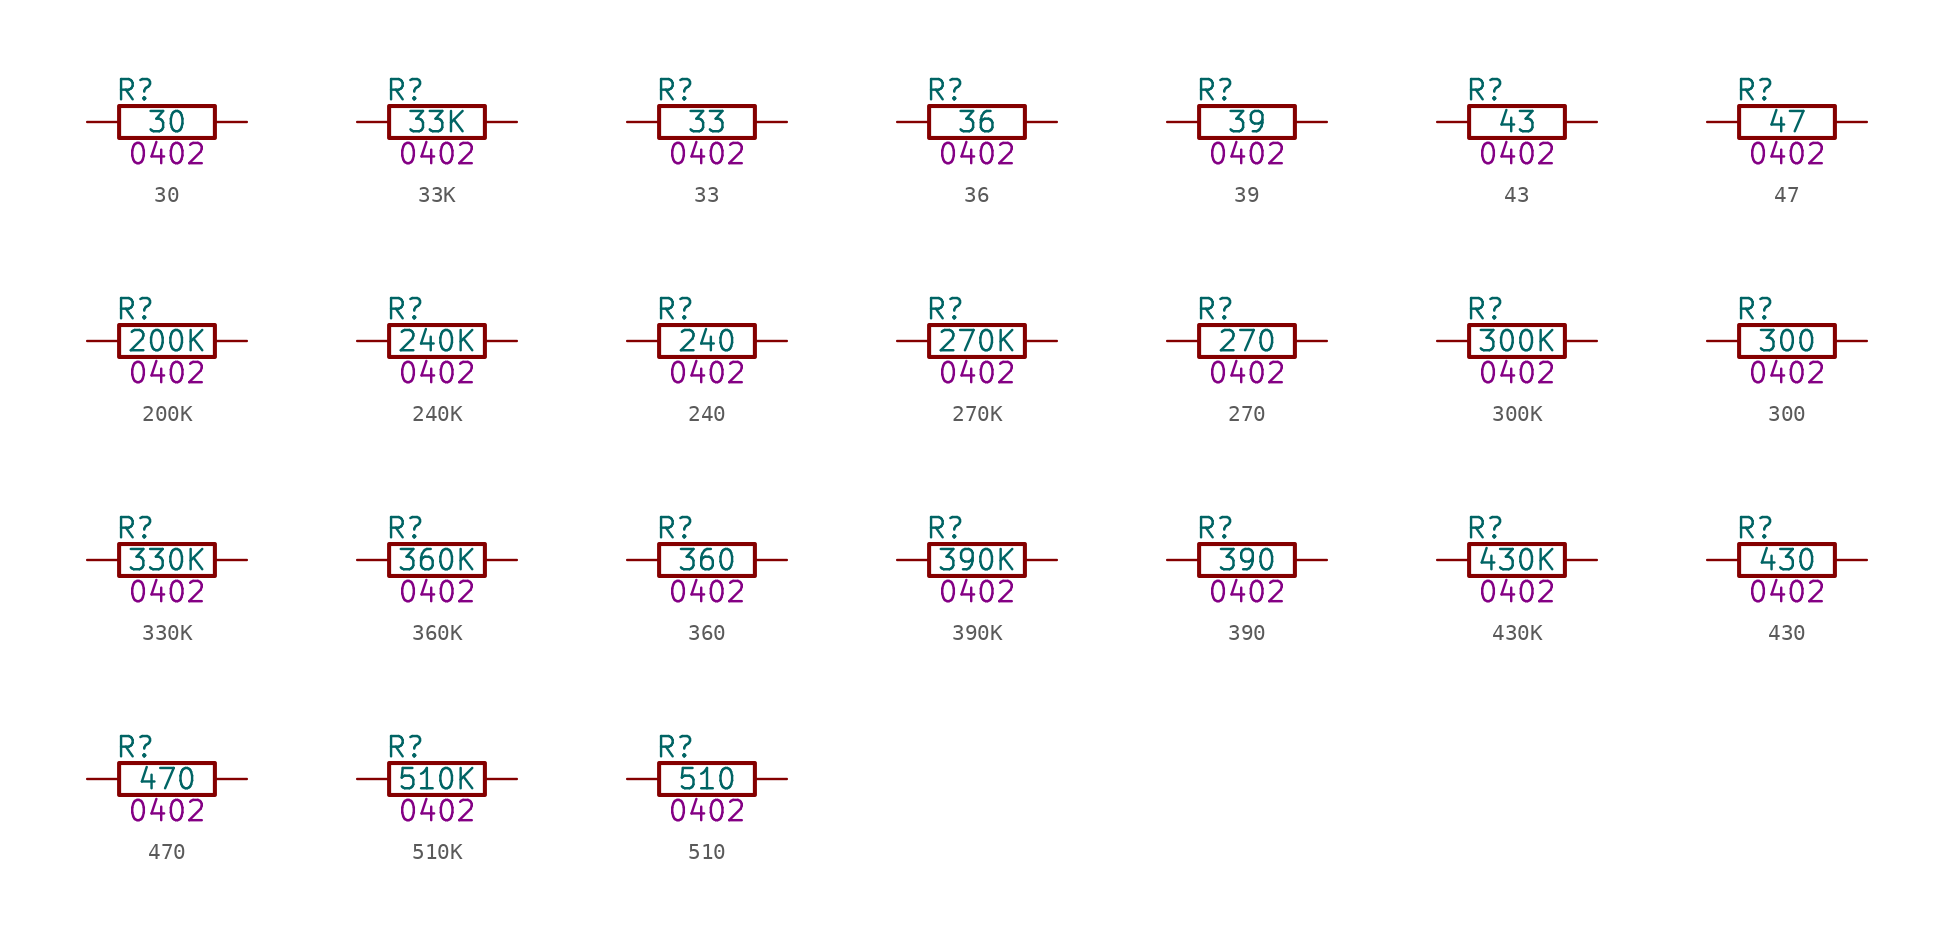
<source format=kicad_sym>
(kicad_symbol_lib
  (version 20211014)
  (generator kicad_symbol_editor)
  (symbol "30"
    (pin_numbers hide)
    (pin_names hide)
    (property "Reference" "R"
      (at -2 1 0)
      (effects (font (size 1.27 1.27))))
    (property "Value" "30"
      (at 0 -1 0)
      (effects (font (size 1.27 1.27))))
    (property "Size" "0402"
      (at 0 -3 0)
      (effects (font (size 1.27 1.27))))
    (symbol "30_0_1"
      (rectangle (start -3 0) (end 3 -2) (stroke (width 0.254) (type default) (color 0 0 0 0)) (fill (type none))))
    (symbol "30_1_1"
      (pin passive line (at -5 -1 0) (length 2) (name "~" (effects (font (size 1.27 1.27)))) (number "1" (effects (font (size 1.27 1.27)))))
      (pin passive line (at 5 -1 180) (length 2) (name "~" (effects (font (size 1.27 1.27)))) (number "2" (effects (font (size 1.27 1.27)))))))
  (symbol "33K"
    (pin_numbers hide)
    (pin_names hide)
    (property "Reference" "R"
      (at -2 1 0)
      (effects (font (size 1.27 1.27))))
    (property "Value" "33K"
      (at 0 -1 0)
      (effects (font (size 1.27 1.27))))
    (property "Size" "0402"
      (at 0 -3 0)
      (effects (font (size 1.27 1.27))))
    (symbol "33K_0_1"
      (rectangle (start -3 0) (end 3 -2) (stroke (width 0.254) (type default) (color 0 0 0 0)) (fill (type none))))
    (symbol "33K_1_1"
      (pin passive line (at -5 -1 0) (length 2) (name "~" (effects (font (size 1.27 1.27)))) (number "1" (effects (font (size 1.27 1.27)))))
      (pin passive line (at 5 -1 180) (length 2) (name "~" (effects (font (size 1.27 1.27)))) (number "2" (effects (font (size 1.27 1.27)))))))
  (symbol "33"
    (pin_numbers hide)
    (pin_names hide)
    (property "Reference" "R"
      (at -2 1 0)
      (effects (font (size 1.27 1.27))))
    (property "Value" "33"
      (at 0 -1 0)
      (effects (font (size 1.27 1.27))))
    (property "Size" "0402"
      (at 0 -3 0)
      (effects (font (size 1.27 1.27))))
    (symbol "33_0_1"
      (rectangle (start -3 0) (end 3 -2) (stroke (width 0.254) (type default) (color 0 0 0 0)) (fill (type none))))
    (symbol "33_1_1"
      (pin passive line (at -5 -1 0) (length 2) (name "~" (effects (font (size 1.27 1.27)))) (number "1" (effects (font (size 1.27 1.27)))))
      (pin passive line (at 5 -1 180) (length 2) (name "~" (effects (font (size 1.27 1.27)))) (number "2" (effects (font (size 1.27 1.27)))))))
  (symbol "36"
    (pin_numbers hide)
    (pin_names hide)
    (property "Reference" "R"
      (at -2 1 0)
      (effects (font (size 1.27 1.27))))
    (property "Value" "36"
      (at 0 -1 0)
      (effects (font (size 1.27 1.27))))
    (property "Size" "0402"
      (at 0 -3 0)
      (effects (font (size 1.27 1.27))))
    (symbol "36_0_1"
      (rectangle (start -3 0) (end 3 -2) (stroke (width 0.254) (type default) (color 0 0 0 0)) (fill (type none))))
    (symbol "36_1_1"
      (pin passive line (at -5 -1 0) (length 2) (name "~" (effects (font (size 1.27 1.27)))) (number "1" (effects (font (size 1.27 1.27)))))
      (pin passive line (at 5 -1 180) (length 2) (name "~" (effects (font (size 1.27 1.27)))) (number "2" (effects (font (size 1.27 1.27)))))))
  (symbol "39"
    (pin_numbers hide)
    (pin_names hide)
    (property "Reference" "R"
      (at -2 1 0)
      (effects (font (size 1.27 1.27))))
    (property "Value" "39"
      (at 0 -1 0)
      (effects (font (size 1.27 1.27))))
    (property "Size" "0402"
      (at 0 -3 0)
      (effects (font (size 1.27 1.27))))
    (symbol "39_0_1"
      (rectangle (start -3 0) (end 3 -2) (stroke (width 0.254) (type default) (color 0 0 0 0)) (fill (type none))))
    (symbol "39_1_1"
      (pin passive line (at -5 -1 0) (length 2) (name "~" (effects (font (size 1.27 1.27)))) (number "1" (effects (font (size 1.27 1.27)))))
      (pin passive line (at 5 -1 180) (length 2) (name "~" (effects (font (size 1.27 1.27)))) (number "2" (effects (font (size 1.27 1.27)))))))
  (symbol "43"
    (pin_numbers hide)
    (pin_names hide)
    (property "Reference" "R"
      (at -2 1 0)
      (effects (font (size 1.27 1.27))))
    (property "Value" "43"
      (at 0 -1 0)
      (effects (font (size 1.27 1.27))))
    (property "Size" "0402"
      (at 0 -3 0)
      (effects (font (size 1.27 1.27))))
    (symbol "43_0_1"
      (rectangle (start -3 0) (end 3 -2) (stroke (width 0.254) (type default) (color 0 0 0 0)) (fill (type none))))
    (symbol "43_1_1"
      (pin passive line (at -5 -1 0) (length 2) (name "~" (effects (font (size 1.27 1.27)))) (number "1" (effects (font (size 1.27 1.27)))))
      (pin passive line (at 5 -1 180) (length 2) (name "~" (effects (font (size 1.27 1.27)))) (number "2" (effects (font (size 1.27 1.27)))))))
  (symbol "47"
    (pin_numbers hide)
    (pin_names hide)
    (property "Reference" "R"
      (at -2 1 0)
      (effects (font (size 1.27 1.27))))
    (property "Value" "47"
      (at 0 -1 0)
      (effects (font (size 1.27 1.27))))
    (property "Size" "0402"
      (at 0 -3 0)
      (effects (font (size 1.27 1.27))))
    (symbol "47_0_1"
      (rectangle (start -3 0) (end 3 -2) (stroke (width 0.254) (type default) (color 0 0 0 0)) (fill (type none))))
    (symbol "47_1_1"
      (pin passive line (at -5 -1 0) (length 2) (name "~" (effects (font (size 1.27 1.27)))) (number "1" (effects (font (size 1.27 1.27)))))
      (pin passive line (at 5 -1 180) (length 2) (name "~" (effects (font (size 1.27 1.27)))) (number "2" (effects (font (size 1.27 1.27)))))))
  (symbol "200K"
    (pin_numbers hide)
    (pin_names hide)
    (property "Reference" "R"
      (at -2 1 0)
      (effects (font (size 1.27 1.27))))
    (property "Value" "200K"
      (at 0 -1 0)
      (effects (font (size 1.27 1.27))))
    (property "Size" "0402"
      (at 0 -3 0)
      (effects (font (size 1.27 1.27))))
    (symbol "200K_0_1"
      (rectangle (start -3 0) (end 3 -2) (stroke (width 0.254) (type default) (color 0 0 0 0)) (fill (type none))))
    (symbol "200K_1_1"
      (pin passive line (at -5 -1 0) (length 2) (name "~" (effects (font (size 1.27 1.27)))) (number "1" (effects (font (size 1.27 1.27)))))
      (pin passive line (at 5 -1 180) (length 2) (name "~" (effects (font (size 1.27 1.27)))) (number "2" (effects (font (size 1.27 1.27)))))))
  (symbol "240K"
    (pin_numbers hide)
    (pin_names hide)
    (property "Reference" "R"
      (at -2 1 0)
      (effects (font (size 1.27 1.27))))
    (property "Value" "240K"
      (at 0 -1 0)
      (effects (font (size 1.27 1.27))))
    (property "Size" "0402"
      (at 0 -3 0)
      (effects (font (size 1.27 1.27))))
    (symbol "240K_0_1"
      (rectangle (start -3 0) (end 3 -2) (stroke (width 0.254) (type default) (color 0 0 0 0)) (fill (type none))))
    (symbol "240K_1_1"
      (pin passive line (at -5 -1 0) (length 2) (name "~" (effects (font (size 1.27 1.27)))) (number "1" (effects (font (size 1.27 1.27)))))
      (pin passive line (at 5 -1 180) (length 2) (name "~" (effects (font (size 1.27 1.27)))) (number "2" (effects (font (size 1.27 1.27)))))))
  (symbol "240"
    (pin_numbers hide)
    (pin_names hide)
    (property "Reference" "R"
      (at -2 1 0)
      (effects (font (size 1.27 1.27))))
    (property "Value" "240"
      (at 0 -1 0)
      (effects (font (size 1.27 1.27))))
    (property "Size" "0402"
      (at 0 -3 0)
      (effects (font (size 1.27 1.27))))
    (symbol "240_0_1"
      (rectangle (start -3 0) (end 3 -2) (stroke (width 0.254) (type default) (color 0 0 0 0)) (fill (type none))))
    (symbol "240_1_1"
      (pin passive line (at -5 -1 0) (length 2) (name "~" (effects (font (size 1.27 1.27)))) (number "1" (effects (font (size 1.27 1.27)))))
      (pin passive line (at 5 -1 180) (length 2) (name "~" (effects (font (size 1.27 1.27)))) (number "2" (effects (font (size 1.27 1.27)))))))
  (symbol "270K"
    (pin_numbers hide)
    (pin_names hide)
    (property "Reference" "R"
      (at -2 1 0)
      (effects (font (size 1.27 1.27))))
    (property "Value" "270K"
      (at 0 -1 0)
      (effects (font (size 1.27 1.27))))
    (property "Size" "0402"
      (at 0 -3 0)
      (effects (font (size 1.27 1.27))))
    (symbol "270K_0_1"
      (rectangle (start -3 0) (end 3 -2) (stroke (width 0.254) (type default) (color 0 0 0 0)) (fill (type none))))
    (symbol "270K_1_1"
      (pin passive line (at -5 -1 0) (length 2) (name "~" (effects (font (size 1.27 1.27)))) (number "1" (effects (font (size 1.27 1.27)))))
      (pin passive line (at 5 -1 180) (length 2) (name "~" (effects (font (size 1.27 1.27)))) (number "2" (effects (font (size 1.27 1.27)))))))
  (symbol "270"
    (pin_numbers hide)
    (pin_names hide)
    (property "Reference" "R"
      (at -2 1 0)
      (effects (font (size 1.27 1.27))))
    (property "Value" "270"
      (at 0 -1 0)
      (effects (font (size 1.27 1.27))))
    (property "Size" "0402"
      (at 0 -3 0)
      (effects (font (size 1.27 1.27))))
    (symbol "270_0_1"
      (rectangle (start -3 0) (end 3 -2) (stroke (width 0.254) (type default) (color 0 0 0 0)) (fill (type none))))
    (symbol "270_1_1"
      (pin passive line (at -5 -1 0) (length 2) (name "~" (effects (font (size 1.27 1.27)))) (number "1" (effects (font (size 1.27 1.27)))))
      (pin passive line (at 5 -1 180) (length 2) (name "~" (effects (font (size 1.27 1.27)))) (number "2" (effects (font (size 1.27 1.27)))))))
  (symbol "300K"
    (pin_numbers hide)
    (pin_names hide)
    (property "Reference" "R"
      (at -2 1 0)
      (effects (font (size 1.27 1.27))))
    (property "Value" "300K"
      (at 0 -1 0)
      (effects (font (size 1.27 1.27))))
    (property "Size" "0402"
      (at 0 -3 0)
      (effects (font (size 1.27 1.27))))
    (symbol "300K_0_1"
      (rectangle (start -3 0) (end 3 -2) (stroke (width 0.254) (type default) (color 0 0 0 0)) (fill (type none))))
    (symbol "300K_1_1"
      (pin passive line (at -5 -1 0) (length 2) (name "~" (effects (font (size 1.27 1.27)))) (number "1" (effects (font (size 1.27 1.27)))))
      (pin passive line (at 5 -1 180) (length 2) (name "~" (effects (font (size 1.27 1.27)))) (number "2" (effects (font (size 1.27 1.27)))))))
  (symbol "300"
    (pin_numbers hide)
    (pin_names hide)
    (property "Reference" "R"
      (at -2 1 0)
      (effects (font (size 1.27 1.27))))
    (property "Value" "300"
      (at 0 -1 0)
      (effects (font (size 1.27 1.27))))
    (property "Size" "0402"
      (at 0 -3 0)
      (effects (font (size 1.27 1.27))))
    (symbol "300_0_1"
      (rectangle (start -3 0) (end 3 -2) (stroke (width 0.254) (type default) (color 0 0 0 0)) (fill (type none))))
    (symbol "300_1_1"
      (pin passive line (at -5 -1 0) (length 2) (name "~" (effects (font (size 1.27 1.27)))) (number "1" (effects (font (size 1.27 1.27)))))
      (pin passive line (at 5 -1 180) (length 2) (name "~" (effects (font (size 1.27 1.27)))) (number "2" (effects (font (size 1.27 1.27)))))))
  (symbol "330K"
    (pin_numbers hide)
    (pin_names hide)
    (property "Reference" "R"
      (at -2 1 0)
      (effects (font (size 1.27 1.27))))
    (property "Value" "330K"
      (at 0 -1 0)
      (effects (font (size 1.27 1.27))))
    (property "Size" "0402"
      (at 0 -3 0)
      (effects (font (size 1.27 1.27))))
    (symbol "330K_0_1"
      (rectangle (start -3 0) (end 3 -2) (stroke (width 0.254) (type default) (color 0 0 0 0)) (fill (type none))))
    (symbol "330K_1_1"
      (pin passive line (at -5 -1 0) (length 2) (name "~" (effects (font (size 1.27 1.27)))) (number "1" (effects (font (size 1.27 1.27)))))
      (pin passive line (at 5 -1 180) (length 2) (name "~" (effects (font (size 1.27 1.27)))) (number "2" (effects (font (size 1.27 1.27)))))))
  (symbol "360K"
    (pin_numbers hide)
    (pin_names hide)
    (property "Reference" "R"
      (at -2 1 0)
      (effects (font (size 1.27 1.27))))
    (property "Value" "360K"
      (at 0 -1 0)
      (effects (font (size 1.27 1.27))))
    (property "Size" "0402"
      (at 0 -3 0)
      (effects (font (size 1.27 1.27))))
    (symbol "360K_0_1"
      (rectangle (start -3 0) (end 3 -2) (stroke (width 0.254) (type default) (color 0 0 0 0)) (fill (type none))))
    (symbol "360K_1_1"
      (pin passive line (at -5 -1 0) (length 2) (name "~" (effects (font (size 1.27 1.27)))) (number "1" (effects (font (size 1.27 1.27)))))
      (pin passive line (at 5 -1 180) (length 2) (name "~" (effects (font (size 1.27 1.27)))) (number "2" (effects (font (size 1.27 1.27)))))))
  (symbol "360"
    (pin_numbers hide)
    (pin_names hide)
    (property "Reference" "R"
      (at -2 1 0)
      (effects (font (size 1.27 1.27))))
    (property "Value" "360"
      (at 0 -1 0)
      (effects (font (size 1.27 1.27))))
    (property "Size" "0402"
      (at 0 -3 0)
      (effects (font (size 1.27 1.27))))
    (symbol "360_0_1"
      (rectangle (start -3 0) (end 3 -2) (stroke (width 0.254) (type default) (color 0 0 0 0)) (fill (type none))))
    (symbol "360_1_1"
      (pin passive line (at -5 -1 0) (length 2) (name "~" (effects (font (size 1.27 1.27)))) (number "1" (effects (font (size 1.27 1.27)))))
      (pin passive line (at 5 -1 180) (length 2) (name "~" (effects (font (size 1.27 1.27)))) (number "2" (effects (font (size 1.27 1.27)))))))
  (symbol "390K"
    (pin_numbers hide)
    (pin_names hide)
    (property "Reference" "R"
      (at -2 1 0)
      (effects (font (size 1.27 1.27))))
    (property "Value" "390K"
      (at 0 -1 0)
      (effects (font (size 1.27 1.27))))
    (property "Size" "0402"
      (at 0 -3 0)
      (effects (font (size 1.27 1.27))))
    (symbol "390K_0_1"
      (rectangle (start -3 0) (end 3 -2) (stroke (width 0.254) (type default) (color 0 0 0 0)) (fill (type none))))
    (symbol "390K_1_1"
      (pin passive line (at -5 -1 0) (length 2) (name "~" (effects (font (size 1.27 1.27)))) (number "1" (effects (font (size 1.27 1.27)))))
      (pin passive line (at 5 -1 180) (length 2) (name "~" (effects (font (size 1.27 1.27)))) (number "2" (effects (font (size 1.27 1.27)))))))
  (symbol "390"
    (pin_numbers hide)
    (pin_names hide)
    (property "Reference" "R"
      (at -2 1 0)
      (effects (font (size 1.27 1.27))))
    (property "Value" "390"
      (at 0 -1 0)
      (effects (font (size 1.27 1.27))))
    (property "Size" "0402"
      (at 0 -3 0)
      (effects (font (size 1.27 1.27))))
    (symbol "390_0_1"
      (rectangle (start -3 0) (end 3 -2) (stroke (width 0.254) (type default) (color 0 0 0 0)) (fill (type none))))
    (symbol "390_1_1"
      (pin passive line (at -5 -1 0) (length 2) (name "~" (effects (font (size 1.27 1.27)))) (number "1" (effects (font (size 1.27 1.27)))))
      (pin passive line (at 5 -1 180) (length 2) (name "~" (effects (font (size 1.27 1.27)))) (number "2" (effects (font (size 1.27 1.27)))))))
  (symbol "430K"
    (pin_numbers hide)
    (pin_names hide)
    (property "Reference" "R"
      (at -2 1 0)
      (effects (font (size 1.27 1.27))))
    (property "Value" "430K"
      (at 0 -1 0)
      (effects (font (size 1.27 1.27))))
    (property "Size" "0402"
      (at 0 -3 0)
      (effects (font (size 1.27 1.27))))
    (symbol "430K_0_1"
      (rectangle (start -3 0) (end 3 -2) (stroke (width 0.254) (type default) (color 0 0 0 0)) (fill (type none))))
    (symbol "430K_1_1"
      (pin passive line (at -5 -1 0) (length 2) (name "~" (effects (font (size 1.27 1.27)))) (number "1" (effects (font (size 1.27 1.27)))))
      (pin passive line (at 5 -1 180) (length 2) (name "~" (effects (font (size 1.27 1.27)))) (number "2" (effects (font (size 1.27 1.27)))))))
  (symbol "430"
    (pin_numbers hide)
    (pin_names hide)
    (property "Reference" "R"
      (at -2 1 0)
      (effects (font (size 1.27 1.27))))
    (property "Value" "430"
      (at 0 -1 0)
      (effects (font (size 1.27 1.27))))
    (property "Size" "0402"
      (at 0 -3 0)
      (effects (font (size 1.27 1.27))))
    (symbol "430_0_1"
      (rectangle (start -3 0) (end 3 -2) (stroke (width 0.254) (type default) (color 0 0 0 0)) (fill (type none))))
    (symbol "430_1_1"
      (pin passive line (at -5 -1 0) (length 2) (name "~" (effects (font (size 1.27 1.27)))) (number "1" (effects (font (size 1.27 1.27)))))
      (pin passive line (at 5 -1 180) (length 2) (name "~" (effects (font (size 1.27 1.27)))) (number "2" (effects (font (size 1.27 1.27)))))))
  (symbol "470"
    (pin_numbers hide)
    (pin_names hide)
    (property "Reference" "R"
      (at -2 1 0)
      (effects (font (size 1.27 1.27))))
    (property "Value" "470"
      (at 0 -1 0)
      (effects (font (size 1.27 1.27))))
    (property "Size" "0402"
      (at 0 -3 0)
      (effects (font (size 1.27 1.27))))
    (symbol "470_0_1"
      (rectangle (start -3 0) (end 3 -2) (stroke (width 0.254) (type default) (color 0 0 0 0)) (fill (type none))))
    (symbol "470_1_1"
      (pin passive line (at -5 -1 0) (length 2) (name "~" (effects (font (size 1.27 1.27)))) (number "1" (effects (font (size 1.27 1.27)))))
      (pin passive line (at 5 -1 180) (length 2) (name "~" (effects (font (size 1.27 1.27)))) (number "2" (effects (font (size 1.27 1.27)))))))
  (symbol "510K"
    (pin_numbers hide)
    (pin_names hide)
    (property "Reference" "R"
      (at -2 1 0)
      (effects (font (size 1.27 1.27))))
    (property "Value" "510K"
      (at 0 -1 0)
      (effects (font (size 1.27 1.27))))
    (property "Size" "0402"
      (at 0 -3 0)
      (effects (font (size 1.27 1.27))))
    (symbol "510K_0_1"
      (rectangle (start -3 0) (end 3 -2) (stroke (width 0.254) (type default) (color 0 0 0 0)) (fill (type none))))
    (symbol "510K_1_1"
      (pin passive line (at -5 -1 0) (length 2) (name "~" (effects (font (size 1.27 1.27)))) (number "1" (effects (font (size 1.27 1.27)))))
      (pin passive line (at 5 -1 180) (length 2) (name "~" (effects (font (size 1.27 1.27)))) (number "2" (effects (font (size 1.27 1.27)))))))
  (symbol "510"
    (pin_numbers hide)
    (pin_names hide)
    (property "Reference" "R"
      (at -2 1 0)
      (effects (font (size 1.27 1.27))))
    (property "Value" "510"
      (at 0 -1 0)
      (effects (font (size 1.27 1.27))))
    (property "Size" "0402"
      (at 0 -3 0)
      (effects (font (size 1.27 1.27))))
    (symbol "510_0_1"
      (rectangle (start -3 0) (end 3 -2) (stroke (width 0.254) (type default) (color 0 0 0 0)) (fill (type none))))
    (symbol "510_1_1"
      (pin passive line (at -5 -1 0) (length 2) (name "~" (effects (font (size 1.27 1.27)))) (number "1" (effects (font (size 1.27 1.27)))))
      (pin passive line (at 5 -1 180) (length 2) (name "~" (effects (font (size 1.27 1.27)))) (number "2" (effects (font (size 1.27 1.27))))))))
</source>
